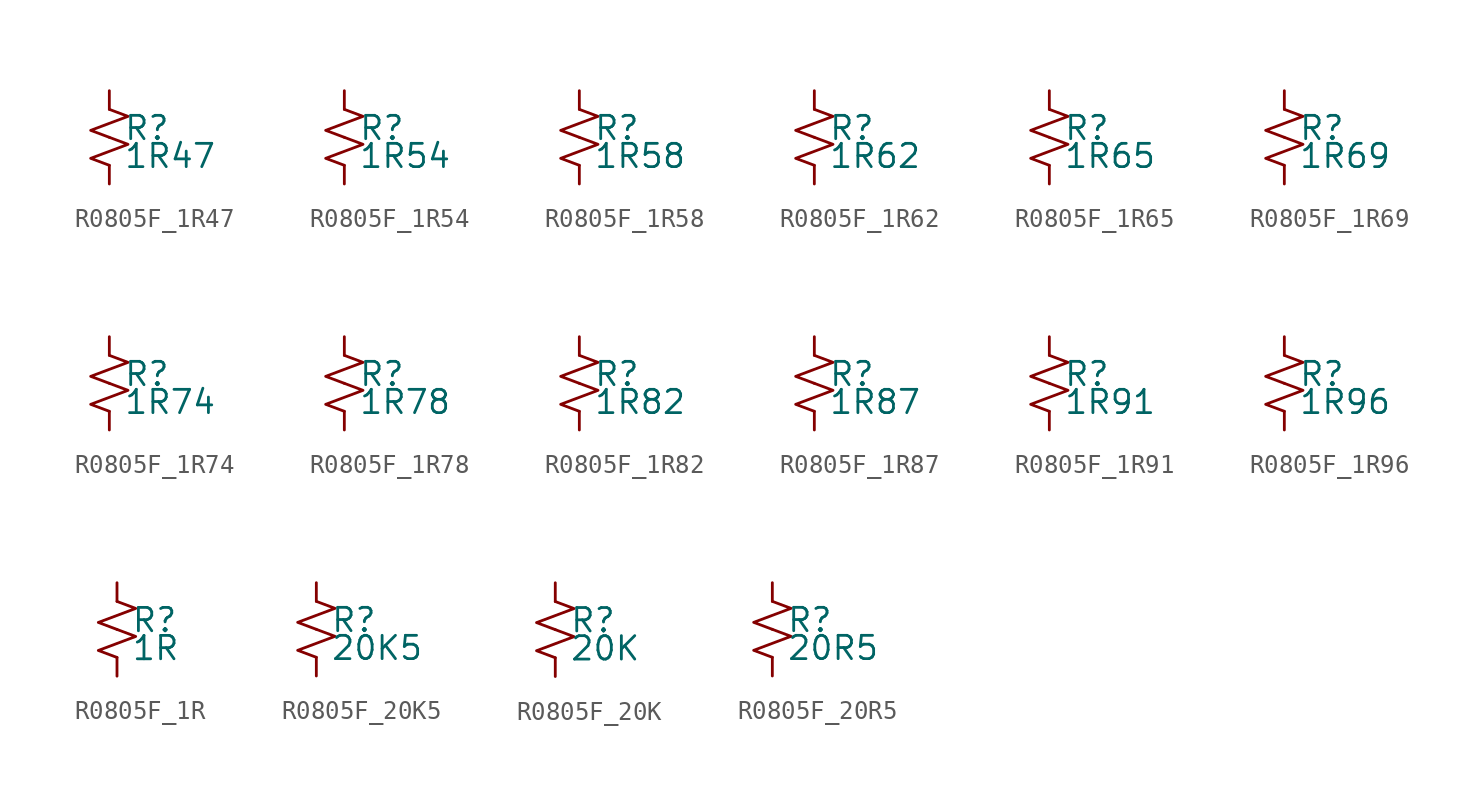
<source format=kicad_sym>
(kicad_symbol_lib
  (version 20220914)
  (generator kicad_symbol_editor)
  (symbol "R0805F_1R47"
    (pin_numbers hide)
    (pin_names
      (offset 0.254) hide)
    (property "Reference" "R"
      (at 0.762 0.508 0)
      (effects (font (size 1.27 1.27)) (justify left)))
    (property "Value" "1R47"
      (at 0.762 -1.016 0)
      (effects (font (size 1.27 1.27)) (justify left)))
    (symbol "R0805F_1R47_1_1"
      (polyline (pts (xy 0 0) (xy 1.016 -0.381) (xy 0 -0.762) (xy -1.016 -1.143) (xy 0 -1.524)) (stroke (width 0) (type default)) (fill (type none)))
      (polyline (pts (xy 0 1.524) (xy 1.016 1.143) (xy 0 0.762) (xy -1.016 0.381) (xy 0 0)) (stroke (width 0) (type default)) (fill (type none)))
      (pin passive line (at 0 2.54 270) (length 1.016) (name "~" (effects (font (size 1.27 1.27)))) (number "1" (effects (font (size 1.27 1.27)))))
      (pin passive line (at 0 -2.54 90) (length 1.016) (name "~" (effects (font (size 1.27 1.27)))) (number "2" (effects (font (size 1.27 1.27)))))))
  (symbol "R0805F_1R54"
    (pin_numbers hide)
    (pin_names
      (offset 0.254) hide)
    (property "Reference" "R"
      (at 0.762 0.508 0)
      (effects (font (size 1.27 1.27)) (justify left)))
    (property "Value" "1R54"
      (at 0.762 -1.016 0)
      (effects (font (size 1.27 1.27)) (justify left)))
    (symbol "R0805F_1R54_1_1"
      (polyline (pts (xy 0 0) (xy 1.016 -0.381) (xy 0 -0.762) (xy -1.016 -1.143) (xy 0 -1.524)) (stroke (width 0) (type default)) (fill (type none)))
      (polyline (pts (xy 0 1.524) (xy 1.016 1.143) (xy 0 0.762) (xy -1.016 0.381) (xy 0 0)) (stroke (width 0) (type default)) (fill (type none)))
      (pin passive line (at 0 2.54 270) (length 1.016) (name "~" (effects (font (size 1.27 1.27)))) (number "1" (effects (font (size 1.27 1.27)))))
      (pin passive line (at 0 -2.54 90) (length 1.016) (name "~" (effects (font (size 1.27 1.27)))) (number "2" (effects (font (size 1.27 1.27)))))))
  (symbol "R0805F_1R58"
    (pin_numbers hide)
    (pin_names
      (offset 0.254) hide)
    (property "Reference" "R"
      (at 0.762 0.508 0)
      (effects (font (size 1.27 1.27)) (justify left)))
    (property "Value" "1R58"
      (at 0.762 -1.016 0)
      (effects (font (size 1.27 1.27)) (justify left)))
    (symbol "R0805F_1R58_1_1"
      (polyline (pts (xy 0 0) (xy 1.016 -0.381) (xy 0 -0.762) (xy -1.016 -1.143) (xy 0 -1.524)) (stroke (width 0) (type default)) (fill (type none)))
      (polyline (pts (xy 0 1.524) (xy 1.016 1.143) (xy 0 0.762) (xy -1.016 0.381) (xy 0 0)) (stroke (width 0) (type default)) (fill (type none)))
      (pin passive line (at 0 2.54 270) (length 1.016) (name "~" (effects (font (size 1.27 1.27)))) (number "1" (effects (font (size 1.27 1.27)))))
      (pin passive line (at 0 -2.54 90) (length 1.016) (name "~" (effects (font (size 1.27 1.27)))) (number "2" (effects (font (size 1.27 1.27)))))))
  (symbol "R0805F_1R62"
    (pin_numbers hide)
    (pin_names
      (offset 0.254) hide)
    (property "Reference" "R"
      (at 0.762 0.508 0)
      (effects (font (size 1.27 1.27)) (justify left)))
    (property "Value" "1R62"
      (at 0.762 -1.016 0)
      (effects (font (size 1.27 1.27)) (justify left)))
    (symbol "R0805F_1R62_1_1"
      (polyline (pts (xy 0 0) (xy 1.016 -0.381) (xy 0 -0.762) (xy -1.016 -1.143) (xy 0 -1.524)) (stroke (width 0) (type default)) (fill (type none)))
      (polyline (pts (xy 0 1.524) (xy 1.016 1.143) (xy 0 0.762) (xy -1.016 0.381) (xy 0 0)) (stroke (width 0) (type default)) (fill (type none)))
      (pin passive line (at 0 2.54 270) (length 1.016) (name "~" (effects (font (size 1.27 1.27)))) (number "1" (effects (font (size 1.27 1.27)))))
      (pin passive line (at 0 -2.54 90) (length 1.016) (name "~" (effects (font (size 1.27 1.27)))) (number "2" (effects (font (size 1.27 1.27)))))))
  (symbol "R0805F_1R65"
    (pin_numbers hide)
    (pin_names
      (offset 0.254) hide)
    (property "Reference" "R"
      (at 0.762 0.508 0)
      (effects (font (size 1.27 1.27)) (justify left)))
    (property "Value" "1R65"
      (at 0.762 -1.016 0)
      (effects (font (size 1.27 1.27)) (justify left)))
    (symbol "R0805F_1R65_1_1"
      (polyline (pts (xy 0 0) (xy 1.016 -0.381) (xy 0 -0.762) (xy -1.016 -1.143) (xy 0 -1.524)) (stroke (width 0) (type default)) (fill (type none)))
      (polyline (pts (xy 0 1.524) (xy 1.016 1.143) (xy 0 0.762) (xy -1.016 0.381) (xy 0 0)) (stroke (width 0) (type default)) (fill (type none)))
      (pin passive line (at 0 2.54 270) (length 1.016) (name "~" (effects (font (size 1.27 1.27)))) (number "1" (effects (font (size 1.27 1.27)))))
      (pin passive line (at 0 -2.54 90) (length 1.016) (name "~" (effects (font (size 1.27 1.27)))) (number "2" (effects (font (size 1.27 1.27)))))))
  (symbol "R0805F_1R69"
    (pin_numbers hide)
    (pin_names
      (offset 0.254) hide)
    (property "Reference" "R"
      (at 0.762 0.508 0)
      (effects (font (size 1.27 1.27)) (justify left)))
    (property "Value" "1R69"
      (at 0.762 -1.016 0)
      (effects (font (size 1.27 1.27)) (justify left)))
    (symbol "R0805F_1R69_1_1"
      (polyline (pts (xy 0 0) (xy 1.016 -0.381) (xy 0 -0.762) (xy -1.016 -1.143) (xy 0 -1.524)) (stroke (width 0) (type default)) (fill (type none)))
      (polyline (pts (xy 0 1.524) (xy 1.016 1.143) (xy 0 0.762) (xy -1.016 0.381) (xy 0 0)) (stroke (width 0) (type default)) (fill (type none)))
      (pin passive line (at 0 2.54 270) (length 1.016) (name "~" (effects (font (size 1.27 1.27)))) (number "1" (effects (font (size 1.27 1.27)))))
      (pin passive line (at 0 -2.54 90) (length 1.016) (name "~" (effects (font (size 1.27 1.27)))) (number "2" (effects (font (size 1.27 1.27)))))))
  (symbol "R0805F_1R74"
    (pin_numbers hide)
    (pin_names
      (offset 0.254) hide)
    (property "Reference" "R"
      (at 0.762 0.508 0)
      (effects (font (size 1.27 1.27)) (justify left)))
    (property "Value" "1R74"
      (at 0.762 -1.016 0)
      (effects (font (size 1.27 1.27)) (justify left)))
    (symbol "R0805F_1R74_1_1"
      (polyline (pts (xy 0 0) (xy 1.016 -0.381) (xy 0 -0.762) (xy -1.016 -1.143) (xy 0 -1.524)) (stroke (width 0) (type default)) (fill (type none)))
      (polyline (pts (xy 0 1.524) (xy 1.016 1.143) (xy 0 0.762) (xy -1.016 0.381) (xy 0 0)) (stroke (width 0) (type default)) (fill (type none)))
      (pin passive line (at 0 2.54 270) (length 1.016) (name "~" (effects (font (size 1.27 1.27)))) (number "1" (effects (font (size 1.27 1.27)))))
      (pin passive line (at 0 -2.54 90) (length 1.016) (name "~" (effects (font (size 1.27 1.27)))) (number "2" (effects (font (size 1.27 1.27)))))))
  (symbol "R0805F_1R78"
    (pin_numbers hide)
    (pin_names
      (offset 0.254) hide)
    (property "Reference" "R"
      (at 0.762 0.508 0)
      (effects (font (size 1.27 1.27)) (justify left)))
    (property "Value" "1R78"
      (at 0.762 -1.016 0)
      (effects (font (size 1.27 1.27)) (justify left)))
    (symbol "R0805F_1R78_1_1"
      (polyline (pts (xy 0 0) (xy 1.016 -0.381) (xy 0 -0.762) (xy -1.016 -1.143) (xy 0 -1.524)) (stroke (width 0) (type default)) (fill (type none)))
      (polyline (pts (xy 0 1.524) (xy 1.016 1.143) (xy 0 0.762) (xy -1.016 0.381) (xy 0 0)) (stroke (width 0) (type default)) (fill (type none)))
      (pin passive line (at 0 2.54 270) (length 1.016) (name "~" (effects (font (size 1.27 1.27)))) (number "1" (effects (font (size 1.27 1.27)))))
      (pin passive line (at 0 -2.54 90) (length 1.016) (name "~" (effects (font (size 1.27 1.27)))) (number "2" (effects (font (size 1.27 1.27)))))))
  (symbol "R0805F_1R82"
    (pin_numbers hide)
    (pin_names
      (offset 0.254) hide)
    (property "Reference" "R"
      (at 0.762 0.508 0)
      (effects (font (size 1.27 1.27)) (justify left)))
    (property "Value" "1R82"
      (at 0.762 -1.016 0)
      (effects (font (size 1.27 1.27)) (justify left)))
    (symbol "R0805F_1R82_1_1"
      (polyline (pts (xy 0 0) (xy 1.016 -0.381) (xy 0 -0.762) (xy -1.016 -1.143) (xy 0 -1.524)) (stroke (width 0) (type default)) (fill (type none)))
      (polyline (pts (xy 0 1.524) (xy 1.016 1.143) (xy 0 0.762) (xy -1.016 0.381) (xy 0 0)) (stroke (width 0) (type default)) (fill (type none)))
      (pin passive line (at 0 2.54 270) (length 1.016) (name "~" (effects (font (size 1.27 1.27)))) (number "1" (effects (font (size 1.27 1.27)))))
      (pin passive line (at 0 -2.54 90) (length 1.016) (name "~" (effects (font (size 1.27 1.27)))) (number "2" (effects (font (size 1.27 1.27)))))))
  (symbol "R0805F_1R87"
    (pin_numbers hide)
    (pin_names
      (offset 0.254) hide)
    (property "Reference" "R"
      (at 0.762 0.508 0)
      (effects (font (size 1.27 1.27)) (justify left)))
    (property "Value" "1R87"
      (at 0.762 -1.016 0)
      (effects (font (size 1.27 1.27)) (justify left)))
    (symbol "R0805F_1R87_1_1"
      (polyline (pts (xy 0 0) (xy 1.016 -0.381) (xy 0 -0.762) (xy -1.016 -1.143) (xy 0 -1.524)) (stroke (width 0) (type default)) (fill (type none)))
      (polyline (pts (xy 0 1.524) (xy 1.016 1.143) (xy 0 0.762) (xy -1.016 0.381) (xy 0 0)) (stroke (width 0) (type default)) (fill (type none)))
      (pin passive line (at 0 2.54 270) (length 1.016) (name "~" (effects (font (size 1.27 1.27)))) (number "1" (effects (font (size 1.27 1.27)))))
      (pin passive line (at 0 -2.54 90) (length 1.016) (name "~" (effects (font (size 1.27 1.27)))) (number "2" (effects (font (size 1.27 1.27)))))))
  (symbol "R0805F_1R91"
    (pin_numbers hide)
    (pin_names
      (offset 0.254) hide)
    (property "Reference" "R"
      (at 0.762 0.508 0)
      (effects (font (size 1.27 1.27)) (justify left)))
    (property "Value" "1R91"
      (at 0.762 -1.016 0)
      (effects (font (size 1.27 1.27)) (justify left)))
    (symbol "R0805F_1R91_1_1"
      (polyline (pts (xy 0 0) (xy 1.016 -0.381) (xy 0 -0.762) (xy -1.016 -1.143) (xy 0 -1.524)) (stroke (width 0) (type default)) (fill (type none)))
      (polyline (pts (xy 0 1.524) (xy 1.016 1.143) (xy 0 0.762) (xy -1.016 0.381) (xy 0 0)) (stroke (width 0) (type default)) (fill (type none)))
      (pin passive line (at 0 2.54 270) (length 1.016) (name "~" (effects (font (size 1.27 1.27)))) (number "1" (effects (font (size 1.27 1.27)))))
      (pin passive line (at 0 -2.54 90) (length 1.016) (name "~" (effects (font (size 1.27 1.27)))) (number "2" (effects (font (size 1.27 1.27)))))))
  (symbol "R0805F_1R96"
    (pin_numbers hide)
    (pin_names
      (offset 0.254) hide)
    (property "Reference" "R"
      (at 0.762 0.508 0)
      (effects (font (size 1.27 1.27)) (justify left)))
    (property "Value" "1R96"
      (at 0.762 -1.016 0)
      (effects (font (size 1.27 1.27)) (justify left)))
    (symbol "R0805F_1R96_1_1"
      (polyline (pts (xy 0 0) (xy 1.016 -0.381) (xy 0 -0.762) (xy -1.016 -1.143) (xy 0 -1.524)) (stroke (width 0) (type default)) (fill (type none)))
      (polyline (pts (xy 0 1.524) (xy 1.016 1.143) (xy 0 0.762) (xy -1.016 0.381) (xy 0 0)) (stroke (width 0) (type default)) (fill (type none)))
      (pin passive line (at 0 2.54 270) (length 1.016) (name "~" (effects (font (size 1.27 1.27)))) (number "1" (effects (font (size 1.27 1.27)))))
      (pin passive line (at 0 -2.54 90) (length 1.016) (name "~" (effects (font (size 1.27 1.27)))) (number "2" (effects (font (size 1.27 1.27)))))))
  (symbol "R0805F_1R"
    (pin_numbers hide)
    (pin_names
      (offset 0.254) hide)
    (property "Reference" "R"
      (at 0.762 0.508 0)
      (effects (font (size 1.27 1.27)) (justify left)))
    (property "Value" "1R"
      (at 0.762 -1.016 0)
      (effects (font (size 1.27 1.27)) (justify left)))
    (symbol "R0805F_1R_1_1"
      (polyline (pts (xy 0 0) (xy 1.016 -0.381) (xy 0 -0.762) (xy -1.016 -1.143) (xy 0 -1.524)) (stroke (width 0) (type default)) (fill (type none)))
      (polyline (pts (xy 0 1.524) (xy 1.016 1.143) (xy 0 0.762) (xy -1.016 0.381) (xy 0 0)) (stroke (width 0) (type default)) (fill (type none)))
      (pin passive line (at 0 2.54 270) (length 1.016) (name "~" (effects (font (size 1.27 1.27)))) (number "1" (effects (font (size 1.27 1.27)))))
      (pin passive line (at 0 -2.54 90) (length 1.016) (name "~" (effects (font (size 1.27 1.27)))) (number "2" (effects (font (size 1.27 1.27)))))))
  (symbol "R0805F_20K5"
    (pin_numbers hide)
    (pin_names
      (offset 0.254) hide)
    (property "Reference" "R"
      (at 0.762 0.508 0)
      (effects (font (size 1.27 1.27)) (justify left)))
    (property "Value" "20K5"
      (at 0.762 -1.016 0)
      (effects (font (size 1.27 1.27)) (justify left)))
    (symbol "R0805F_20K5_1_1"
      (polyline (pts (xy 0 0) (xy 1.016 -0.381) (xy 0 -0.762) (xy -1.016 -1.143) (xy 0 -1.524)) (stroke (width 0) (type default)) (fill (type none)))
      (polyline (pts (xy 0 1.524) (xy 1.016 1.143) (xy 0 0.762) (xy -1.016 0.381) (xy 0 0)) (stroke (width 0) (type default)) (fill (type none)))
      (pin passive line (at 0 2.54 270) (length 1.016) (name "~" (effects (font (size 1.27 1.27)))) (number "1" (effects (font (size 1.27 1.27)))))
      (pin passive line (at 0 -2.54 90) (length 1.016) (name "~" (effects (font (size 1.27 1.27)))) (number "2" (effects (font (size 1.27 1.27)))))))
  (symbol "R0805F_20K"
    (pin_numbers hide)
    (pin_names
      (offset 0.254) hide)
    (property "Reference" "R"
      (at 0.762 0.508 0)
      (effects (font (size 1.27 1.27)) (justify left)))
    (property "Value" "20K"
      (at 0.762 -1.016 0)
      (effects (font (size 1.27 1.27)) (justify left)))
    (symbol "R0805F_20K_1_1"
      (polyline (pts (xy 0 0) (xy 1.016 -0.381) (xy 0 -0.762) (xy -1.016 -1.143) (xy 0 -1.524)) (stroke (width 0) (type default)) (fill (type none)))
      (polyline (pts (xy 0 1.524) (xy 1.016 1.143) (xy 0 0.762) (xy -1.016 0.381) (xy 0 0)) (stroke (width 0) (type default)) (fill (type none)))
      (pin passive line (at 0 2.54 270) (length 1.016) (name "~" (effects (font (size 1.27 1.27)))) (number "1" (effects (font (size 1.27 1.27)))))
      (pin passive line (at 0 -2.54 90) (length 1.016) (name "~" (effects (font (size 1.27 1.27)))) (number "2" (effects (font (size 1.27 1.27)))))))
  (symbol "R0805F_20R5"
    (pin_numbers hide)
    (pin_names
      (offset 0.254) hide)
    (property "Reference" "R"
      (at 0.762 0.508 0)
      (effects (font (size 1.27 1.27)) (justify left)))
    (property "Value" "20R5"
      (at 0.762 -1.016 0)
      (effects (font (size 1.27 1.27)) (justify left)))
    (symbol "R0805F_20R5_1_1"
      (polyline (pts (xy 0 0) (xy 1.016 -0.381) (xy 0 -0.762) (xy -1.016 -1.143) (xy 0 -1.524)) (stroke (width 0) (type default)) (fill (type none)))
      (polyline (pts (xy 0 1.524) (xy 1.016 1.143) (xy 0 0.762) (xy -1.016 0.381) (xy 0 0)) (stroke (width 0) (type default)) (fill (type none)))
      (pin passive line (at 0 2.54 270) (length 1.016) (name "~" (effects (font (size 1.27 1.27)))) (number "1" (effects (font (size 1.27 1.27)))))
      (pin passive line (at 0 -2.54 90) (length 1.016) (name "~" (effects (font (size 1.27 1.27)))) (number "2" (effects (font (size 1.27 1.27))))))))
</source>
